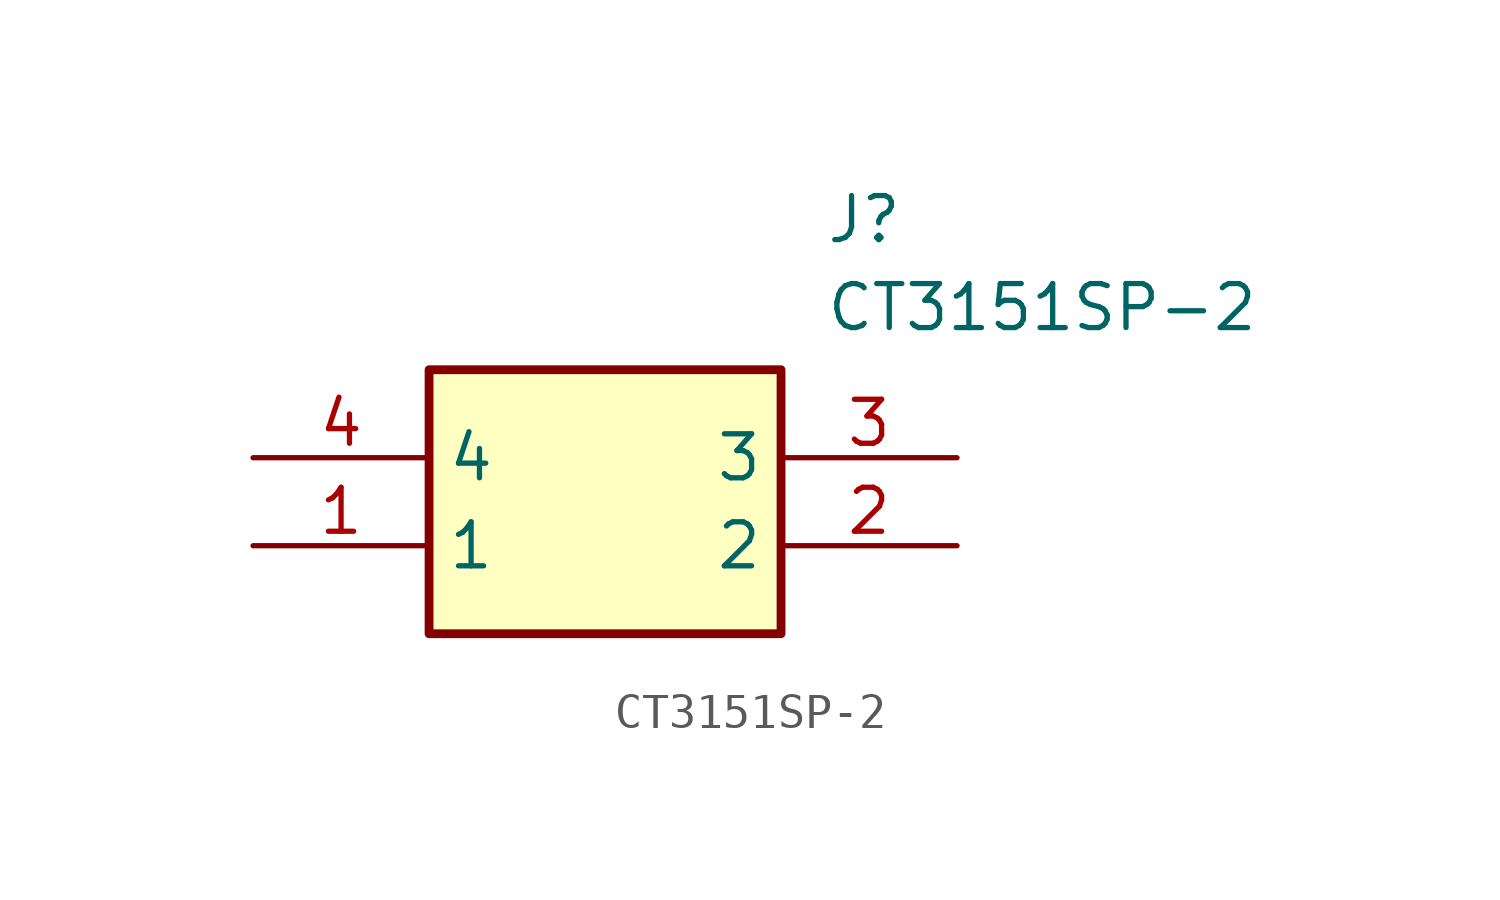
<source format=kicad_sym>
(kicad_symbol_lib
  (version 20211014)
  (generator SamacSys_ECAD_Model)
  (symbol "CT3151SP-2"
    (property "Reference" "J"
      (at 16.51 7.62 0)
      (effects (font (size 1.27 1.27)) (justify left top)))
    (property "Value" "CT3151SP-2"
      (at 16.51 5.08 0)
      (effects (font (size 1.27 1.27)) (justify left top)))
    (rectangle
      (start 5.08 2.54)
      (end 15.24 -5.08)
      (stroke (width 0.254) (type default))
      (fill (type background)))
    (pin passive line
      (at 0 -2.54 0)
      (length 5.08)
      (name "1" (effects (font (size 1.27 1.27))))
      (number "1" (effects (font (size 1.27 1.27)))))
    (pin passive line
      (at 20.32 -2.54 180)
      (length 5.08)
      (name "2" (effects (font (size 1.27 1.27))))
      (number "2" (effects (font (size 1.27 1.27)))))
    (pin passive line
      (at 20.32 0 180)
      (length 5.08)
      (name "3" (effects (font (size 1.27 1.27))))
      (number "3" (effects (font (size 1.27 1.27)))))
    (pin passive line
      (at 0 0 0)
      (length 5.08)
      (name "4" (effects (font (size 1.27 1.27))))
      (number "4" (effects (font (size 1.27 1.27)))))))
</source>
